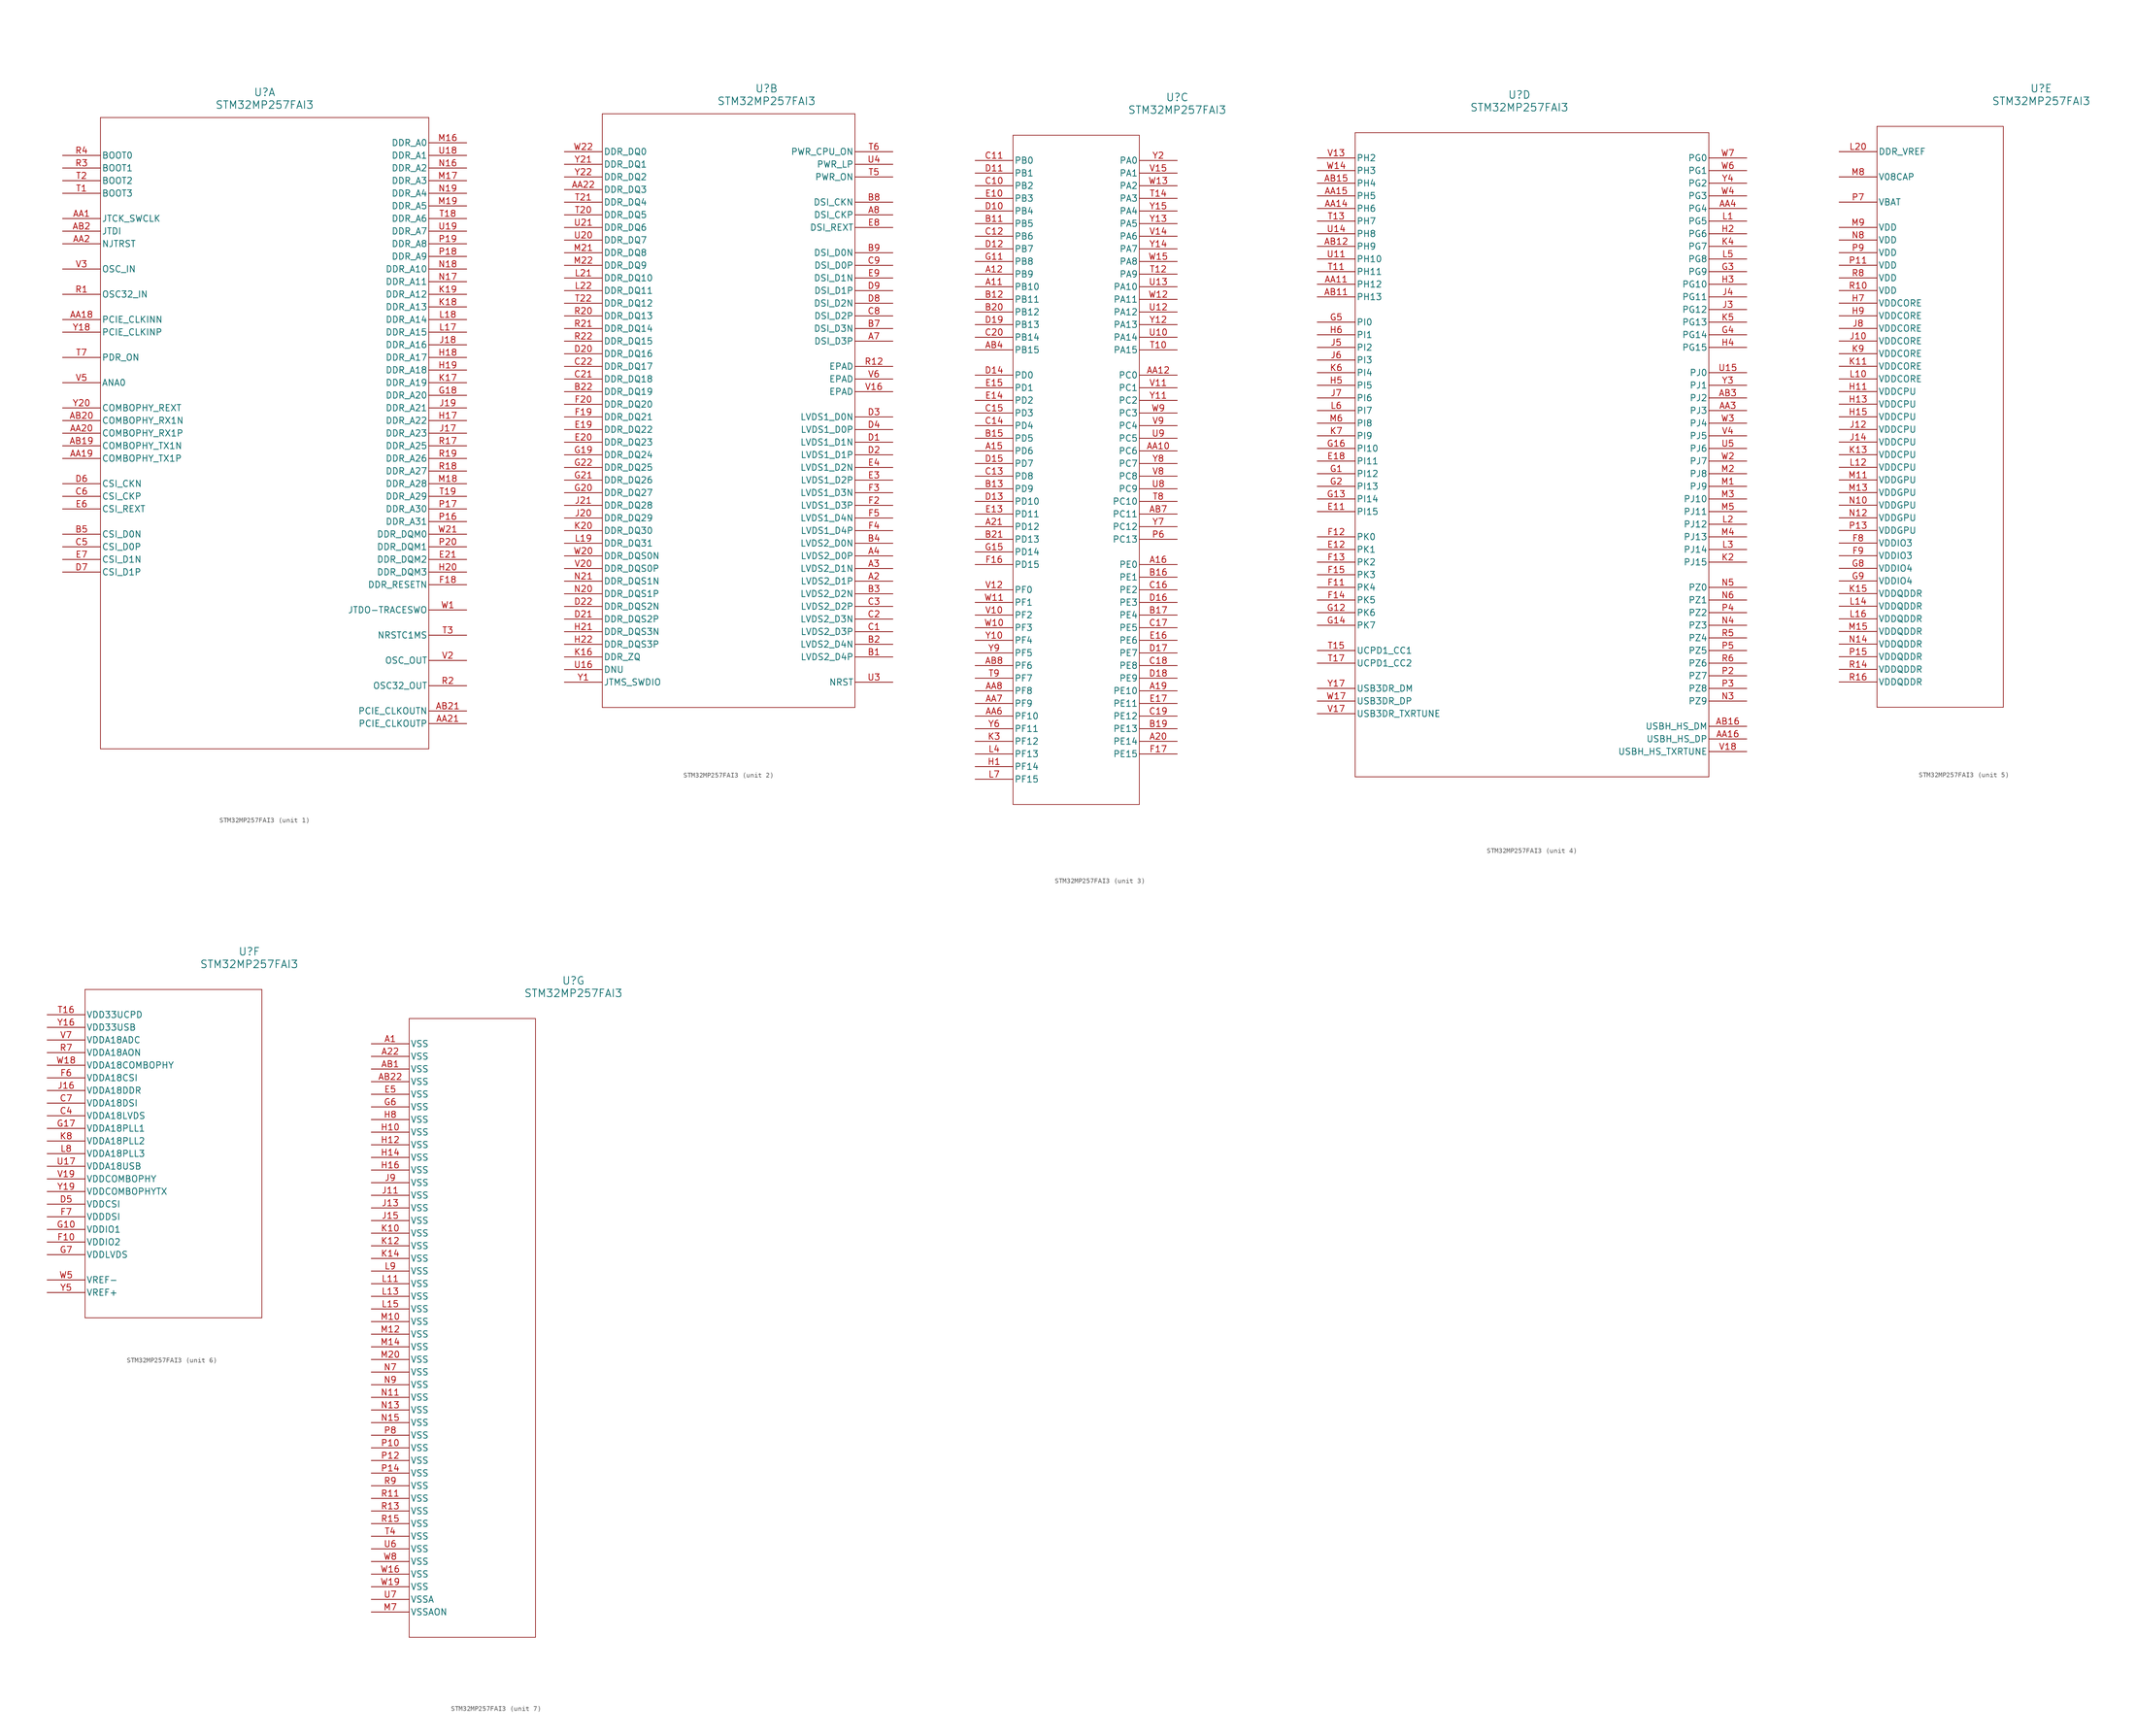
<source format=kicad_sym>
(kicad_symbol_lib
  (version 20241209)
  (generator "kicad_symbol_editor")
  (generator_version "9.0")
  (symbol "STM32MP257FAI3"
    (pin_names
      (offset 0.254))
    (property "Reference" "U"
      (at 40.64 12.7 0)
      (effects (font (size 1.524 1.524))))
    (property "Value" "STM32MP257FAI3"
      (at 40.64 10.16 0)
      (effects (font (size 1.524 1.524))))
    (property "ki_locked" ""
      (at 0 0 0)
      (effects (font (size 1.27 1.27))))
    (symbol "STM32MP257FAI3_1_1"
      (polyline (pts (xy 7.62 7.62) (xy 7.62 -119.38)) (stroke (width 0.127) (type default)) (fill (type none)))
      (polyline (pts (xy 7.62 -119.38) (xy 73.66 -119.38)) (stroke (width 0.127) (type default)) (fill (type none)))
      (polyline (pts (xy 73.66 7.62) (xy 7.62 7.62)) (stroke (width 0.127) (type default)) (fill (type none)))
      (polyline (pts (xy 73.66 -119.38) (xy 73.66 7.62)) (stroke (width 0.127) (type default)) (fill (type none)))
      (pin input line (at 0 0 0) (length 7.62) (name "BOOT0" (effects (font (size 1.27 1.27)))) (number "R4" (effects (font (size 1.27 1.27)))))
      (pin input line (at 0 -2.54 0) (length 7.62) (name "BOOT1" (effects (font (size 1.27 1.27)))) (number "R3" (effects (font (size 1.27 1.27)))))
      (pin input line (at 0 -5.08 0) (length 7.62) (name "BOOT2" (effects (font (size 1.27 1.27)))) (number "T2" (effects (font (size 1.27 1.27)))))
      (pin input line (at 0 -7.62 0) (length 7.62) (name "BOOT3" (effects (font (size 1.27 1.27)))) (number "T1" (effects (font (size 1.27 1.27)))))
      (pin input line (at 0 -12.7 0) (length 7.62) (name "JTCK_SWCLK" (effects (font (size 1.27 1.27)))) (number "AA1" (effects (font (size 1.27 1.27)))))
      (pin input line (at 0 -15.24 0) (length 7.62) (name "JTDI" (effects (font (size 1.27 1.27)))) (number "AB2" (effects (font (size 1.27 1.27)))))
      (pin input line (at 0 -17.78 0) (length 7.62) (name "NJTRST" (effects (font (size 1.27 1.27)))) (number "AA2" (effects (font (size 1.27 1.27)))))
      (pin input line (at 0 -22.86 0) (length 7.62) (name "OSC_IN" (effects (font (size 1.27 1.27)))) (number "V3" (effects (font (size 1.27 1.27)))))
      (pin input line (at 0 -27.94 0) (length 7.62) (name "OSC32_IN" (effects (font (size 1.27 1.27)))) (number "R1" (effects (font (size 1.27 1.27)))))
      (pin input line (at 0 -33.02 0) (length 7.62) (name "PCIE_CLKINN" (effects (font (size 1.27 1.27)))) (number "AA18" (effects (font (size 1.27 1.27)))))
      (pin input line (at 0 -35.56 0) (length 7.62) (name "PCIE_CLKINP" (effects (font (size 1.27 1.27)))) (number "Y18" (effects (font (size 1.27 1.27)))))
      (pin input line (at 0 -40.64 0) (length 7.62) (name "PDR_ON" (effects (font (size 1.27 1.27)))) (number "T7" (effects (font (size 1.27 1.27)))))
      (pin unspecified line (at 0 -45.72 0) (length 7.62) (name "ANA0" (effects (font (size 1.27 1.27)))) (number "V5" (effects (font (size 1.27 1.27)))))
      (pin unspecified line (at 0 -50.8 0) (length 7.62) (name "COMBOPHY_REXT" (effects (font (size 1.27 1.27)))) (number "Y20" (effects (font (size 1.27 1.27)))))
      (pin unspecified line (at 0 -53.34 0) (length 7.62) (name "COMBOPHY_RX1N" (effects (font (size 1.27 1.27)))) (number "AB20" (effects (font (size 1.27 1.27)))))
      (pin unspecified line (at 0 -55.88 0) (length 7.62) (name "COMBOPHY_RX1P" (effects (font (size 1.27 1.27)))) (number "AA20" (effects (font (size 1.27 1.27)))))
      (pin unspecified line (at 0 -58.42 0) (length 7.62) (name "COMBOPHY_TX1N" (effects (font (size 1.27 1.27)))) (number "AB19" (effects (font (size 1.27 1.27)))))
      (pin unspecified line (at 0 -60.96 0) (length 7.62) (name "COMBOPHY_TX1P" (effects (font (size 1.27 1.27)))) (number "AA19" (effects (font (size 1.27 1.27)))))
      (pin unspecified line (at 0 -66.04 0) (length 7.62) (name "CSI_CKN" (effects (font (size 1.27 1.27)))) (number "D6" (effects (font (size 1.27 1.27)))))
      (pin unspecified line (at 0 -68.58 0) (length 7.62) (name "CSI_CKP" (effects (font (size 1.27 1.27)))) (number "C6" (effects (font (size 1.27 1.27)))))
      (pin unspecified line (at 0 -71.12 0) (length 7.62) (name "CSI_REXT" (effects (font (size 1.27 1.27)))) (number "E6" (effects (font (size 1.27 1.27)))))
      (pin unspecified line (at 0 -76.2 0) (length 7.62) (name "CSI_D0N" (effects (font (size 1.27 1.27)))) (number "B5" (effects (font (size 1.27 1.27)))))
      (pin unspecified line (at 0 -78.74 0) (length 7.62) (name "CSI_D0P" (effects (font (size 1.27 1.27)))) (number "C5" (effects (font (size 1.27 1.27)))))
      (pin unspecified line (at 0 -81.28 0) (length 7.62) (name "CSI_D1N" (effects (font (size 1.27 1.27)))) (number "E7" (effects (font (size 1.27 1.27)))))
      (pin unspecified line (at 0 -83.82 0) (length 7.62) (name "CSI_D1P" (effects (font (size 1.27 1.27)))) (number "D7" (effects (font (size 1.27 1.27)))))
      (pin output line (at 81.28 2.54 180) (length 7.62) (name "DDR_A0" (effects (font (size 1.27 1.27)))) (number "M16" (effects (font (size 1.27 1.27)))))
      (pin output line (at 81.28 0 180) (length 7.62) (name "DDR_A1" (effects (font (size 1.27 1.27)))) (number "U18" (effects (font (size 1.27 1.27)))))
      (pin output line (at 81.28 -2.54 180) (length 7.62) (name "DDR_A2" (effects (font (size 1.27 1.27)))) (number "N16" (effects (font (size 1.27 1.27)))))
      (pin output line (at 81.28 -5.08 180) (length 7.62) (name "DDR_A3" (effects (font (size 1.27 1.27)))) (number "M17" (effects (font (size 1.27 1.27)))))
      (pin output line (at 81.28 -7.62 180) (length 7.62) (name "DDR_A4" (effects (font (size 1.27 1.27)))) (number "N19" (effects (font (size 1.27 1.27)))))
      (pin output line (at 81.28 -10.16 180) (length 7.62) (name "DDR_A5" (effects (font (size 1.27 1.27)))) (number "M19" (effects (font (size 1.27 1.27)))))
      (pin output line (at 81.28 -12.7 180) (length 7.62) (name "DDR_A6" (effects (font (size 1.27 1.27)))) (number "T18" (effects (font (size 1.27 1.27)))))
      (pin output line (at 81.28 -15.24 180) (length 7.62) (name "DDR_A7" (effects (font (size 1.27 1.27)))) (number "U19" (effects (font (size 1.27 1.27)))))
      (pin output line (at 81.28 -17.78 180) (length 7.62) (name "DDR_A8" (effects (font (size 1.27 1.27)))) (number "P19" (effects (font (size 1.27 1.27)))))
      (pin output line (at 81.28 -20.32 180) (length 7.62) (name "DDR_A9" (effects (font (size 1.27 1.27)))) (number "P18" (effects (font (size 1.27 1.27)))))
      (pin output line (at 81.28 -22.86 180) (length 7.62) (name "DDR_A10" (effects (font (size 1.27 1.27)))) (number "N18" (effects (font (size 1.27 1.27)))))
      (pin output line (at 81.28 -25.4 180) (length 7.62) (name "DDR_A11" (effects (font (size 1.27 1.27)))) (number "N17" (effects (font (size 1.27 1.27)))))
      (pin output line (at 81.28 -27.94 180) (length 7.62) (name "DDR_A12" (effects (font (size 1.27 1.27)))) (number "K19" (effects (font (size 1.27 1.27)))))
      (pin output line (at 81.28 -30.48 180) (length 7.62) (name "DDR_A13" (effects (font (size 1.27 1.27)))) (number "K18" (effects (font (size 1.27 1.27)))))
      (pin output line (at 81.28 -33.02 180) (length 7.62) (name "DDR_A14" (effects (font (size 1.27 1.27)))) (number "L18" (effects (font (size 1.27 1.27)))))
      (pin output line (at 81.28 -35.56 180) (length 7.62) (name "DDR_A15" (effects (font (size 1.27 1.27)))) (number "L17" (effects (font (size 1.27 1.27)))))
      (pin output line (at 81.28 -38.1 180) (length 7.62) (name "DDR_A16" (effects (font (size 1.27 1.27)))) (number "J18" (effects (font (size 1.27 1.27)))))
      (pin output line (at 81.28 -40.64 180) (length 7.62) (name "DDR_A17" (effects (font (size 1.27 1.27)))) (number "H18" (effects (font (size 1.27 1.27)))))
      (pin output line (at 81.28 -43.18 180) (length 7.62) (name "DDR_A18" (effects (font (size 1.27 1.27)))) (number "H19" (effects (font (size 1.27 1.27)))))
      (pin output line (at 81.28 -45.72 180) (length 7.62) (name "DDR_A19" (effects (font (size 1.27 1.27)))) (number "K17" (effects (font (size 1.27 1.27)))))
      (pin output line (at 81.28 -48.26 180) (length 7.62) (name "DDR_A20" (effects (font (size 1.27 1.27)))) (number "G18" (effects (font (size 1.27 1.27)))))
      (pin output line (at 81.28 -50.8 180) (length 7.62) (name "DDR_A21" (effects (font (size 1.27 1.27)))) (number "J19" (effects (font (size 1.27 1.27)))))
      (pin output line (at 81.28 -53.34 180) (length 7.62) (name "DDR_A22" (effects (font (size 1.27 1.27)))) (number "H17" (effects (font (size 1.27 1.27)))))
      (pin output line (at 81.28 -55.88 180) (length 7.62) (name "DDR_A23" (effects (font (size 1.27 1.27)))) (number "J17" (effects (font (size 1.27 1.27)))))
      (pin output line (at 81.28 -58.42 180) (length 7.62) (name "DDR_A25" (effects (font (size 1.27 1.27)))) (number "R17" (effects (font (size 1.27 1.27)))))
      (pin output line (at 81.28 -60.96 180) (length 7.62) (name "DDR_A26" (effects (font (size 1.27 1.27)))) (number "R19" (effects (font (size 1.27 1.27)))))
      (pin output line (at 81.28 -63.5 180) (length 7.62) (name "DDR_A27" (effects (font (size 1.27 1.27)))) (number "R18" (effects (font (size 1.27 1.27)))))
      (pin output line (at 81.28 -66.04 180) (length 7.62) (name "DDR_A28" (effects (font (size 1.27 1.27)))) (number "M18" (effects (font (size 1.27 1.27)))))
      (pin output line (at 81.28 -68.58 180) (length 7.62) (name "DDR_A29" (effects (font (size 1.27 1.27)))) (number "T19" (effects (font (size 1.27 1.27)))))
      (pin output line (at 81.28 -71.12 180) (length 7.62) (name "DDR_A30" (effects (font (size 1.27 1.27)))) (number "P17" (effects (font (size 1.27 1.27)))))
      (pin output line (at 81.28 -73.66 180) (length 7.62) (name "DDR_A31" (effects (font (size 1.27 1.27)))) (number "P16" (effects (font (size 1.27 1.27)))))
      (pin output line (at 81.28 -76.2 180) (length 7.62) (name "DDR_DQM0" (effects (font (size 1.27 1.27)))) (number "W21" (effects (font (size 1.27 1.27)))))
      (pin output line (at 81.28 -78.74 180) (length 7.62) (name "DDR_DQM1" (effects (font (size 1.27 1.27)))) (number "P20" (effects (font (size 1.27 1.27)))))
      (pin output line (at 81.28 -81.28 180) (length 7.62) (name "DDR_DQM2" (effects (font (size 1.27 1.27)))) (number "E21" (effects (font (size 1.27 1.27)))))
      (pin output line (at 81.28 -83.82 180) (length 7.62) (name "DDR_DQM3" (effects (font (size 1.27 1.27)))) (number "H20" (effects (font (size 1.27 1.27)))))
      (pin output line (at 81.28 -86.36 180) (length 7.62) (name "DDR_RESETN" (effects (font (size 1.27 1.27)))) (number "F18" (effects (font (size 1.27 1.27)))))
      (pin output line (at 81.28 -91.44 180) (length 7.62) (name "JTDO-TRACESWO" (effects (font (size 1.27 1.27)))) (number "W1" (effects (font (size 1.27 1.27)))))
      (pin output line (at 81.28 -96.52 180) (length 7.62) (name "NRSTC1MS" (effects (font (size 1.27 1.27)))) (number "T3" (effects (font (size 1.27 1.27)))))
      (pin output line (at 81.28 -101.6 180) (length 7.62) (name "OSC_OUT" (effects (font (size 1.27 1.27)))) (number "V2" (effects (font (size 1.27 1.27)))))
      (pin output line (at 81.28 -106.68 180) (length 7.62) (name "OSC32_OUT" (effects (font (size 1.27 1.27)))) (number "R2" (effects (font (size 1.27 1.27)))))
      (pin output line (at 81.28 -111.76 180) (length 7.62) (name "PCIE_CLKOUTN" (effects (font (size 1.27 1.27)))) (number "AB21" (effects (font (size 1.27 1.27)))))
      (pin output line (at 81.28 -114.3 180) (length 7.62) (name "PCIE_CLKOUTP" (effects (font (size 1.27 1.27)))) (number "AA21" (effects (font (size 1.27 1.27))))))
    (symbol "STM32MP257FAI3_2_1"
      (polyline (pts (xy 7.62 7.62) (xy 7.62 -111.76)) (stroke (width 0.127) (type default)) (fill (type none)))
      (polyline (pts (xy 7.62 -111.76) (xy 58.42 -111.76)) (stroke (width 0.127) (type default)) (fill (type none)))
      (polyline (pts (xy 58.42 7.62) (xy 7.62 7.62)) (stroke (width 0.127) (type default)) (fill (type none)))
      (polyline (pts (xy 58.42 -111.76) (xy 58.42 7.62)) (stroke (width 0.127) (type default)) (fill (type none)))
      (pin bidirectional line (at 0 0 0) (length 7.62) (name "DDR_DQ0" (effects (font (size 1.27 1.27)))) (number "W22" (effects (font (size 1.27 1.27)))))
      (pin bidirectional line (at 0 -2.54 0) (length 7.62) (name "DDR_DQ1" (effects (font (size 1.27 1.27)))) (number "Y21" (effects (font (size 1.27 1.27)))))
      (pin bidirectional line (at 0 -5.08 0) (length 7.62) (name "DDR_DQ2" (effects (font (size 1.27 1.27)))) (number "Y22" (effects (font (size 1.27 1.27)))))
      (pin bidirectional line (at 0 -7.62 0) (length 7.62) (name "DDR_DQ3" (effects (font (size 1.27 1.27)))) (number "AA22" (effects (font (size 1.27 1.27)))))
      (pin bidirectional line (at 0 -10.16 0) (length 7.62) (name "DDR_DQ4" (effects (font (size 1.27 1.27)))) (number "T21" (effects (font (size 1.27 1.27)))))
      (pin bidirectional line (at 0 -12.7 0) (length 7.62) (name "DDR_DQ5" (effects (font (size 1.27 1.27)))) (number "T20" (effects (font (size 1.27 1.27)))))
      (pin bidirectional line (at 0 -15.24 0) (length 7.62) (name "DDR_DQ6" (effects (font (size 1.27 1.27)))) (number "U21" (effects (font (size 1.27 1.27)))))
      (pin bidirectional line (at 0 -17.78 0) (length 7.62) (name "DDR_DQ7" (effects (font (size 1.27 1.27)))) (number "U20" (effects (font (size 1.27 1.27)))))
      (pin bidirectional line (at 0 -20.32 0) (length 7.62) (name "DDR_DQ8" (effects (font (size 1.27 1.27)))) (number "M21" (effects (font (size 1.27 1.27)))))
      (pin bidirectional line (at 0 -22.86 0) (length 7.62) (name "DDR_DQ9" (effects (font (size 1.27 1.27)))) (number "M22" (effects (font (size 1.27 1.27)))))
      (pin bidirectional line (at 0 -25.4 0) (length 7.62) (name "DDR_DQ10" (effects (font (size 1.27 1.27)))) (number "L21" (effects (font (size 1.27 1.27)))))
      (pin bidirectional line (at 0 -27.94 0) (length 7.62) (name "DDR_DQ11" (effects (font (size 1.27 1.27)))) (number "L22" (effects (font (size 1.27 1.27)))))
      (pin bidirectional line (at 0 -30.48 0) (length 7.62) (name "DDR_DQ12" (effects (font (size 1.27 1.27)))) (number "T22" (effects (font (size 1.27 1.27)))))
      (pin bidirectional line (at 0 -33.02 0) (length 7.62) (name "DDR_DQ13" (effects (font (size 1.27 1.27)))) (number "R20" (effects (font (size 1.27 1.27)))))
      (pin bidirectional line (at 0 -35.56 0) (length 7.62) (name "DDR_DQ14" (effects (font (size 1.27 1.27)))) (number "R21" (effects (font (size 1.27 1.27)))))
      (pin bidirectional line (at 0 -38.1 0) (length 7.62) (name "DDR_DQ15" (effects (font (size 1.27 1.27)))) (number "R22" (effects (font (size 1.27 1.27)))))
      (pin bidirectional line (at 0 -40.64 0) (length 7.62) (name "DDR_DQ16" (effects (font (size 1.27 1.27)))) (number "D20" (effects (font (size 1.27 1.27)))))
      (pin bidirectional line (at 0 -43.18 0) (length 7.62) (name "DDR_DQ17" (effects (font (size 1.27 1.27)))) (number "C22" (effects (font (size 1.27 1.27)))))
      (pin bidirectional line (at 0 -45.72 0) (length 7.62) (name "DDR_DQ18" (effects (font (size 1.27 1.27)))) (number "C21" (effects (font (size 1.27 1.27)))))
      (pin bidirectional line (at 0 -48.26 0) (length 7.62) (name "DDR_DQ19" (effects (font (size 1.27 1.27)))) (number "B22" (effects (font (size 1.27 1.27)))))
      (pin bidirectional line (at 0 -50.8 0) (length 7.62) (name "DDR_DQ20" (effects (font (size 1.27 1.27)))) (number "F20" (effects (font (size 1.27 1.27)))))
      (pin bidirectional line (at 0 -53.34 0) (length 7.62) (name "DDR_DQ21" (effects (font (size 1.27 1.27)))) (number "F19" (effects (font (size 1.27 1.27)))))
      (pin bidirectional line (at 0 -55.88 0) (length 7.62) (name "DDR_DQ22" (effects (font (size 1.27 1.27)))) (number "E19" (effects (font (size 1.27 1.27)))))
      (pin bidirectional line (at 0 -58.42 0) (length 7.62) (name "DDR_DQ23" (effects (font (size 1.27 1.27)))) (number "E20" (effects (font (size 1.27 1.27)))))
      (pin bidirectional line (at 0 -60.96 0) (length 7.62) (name "DDR_DQ24" (effects (font (size 1.27 1.27)))) (number "G19" (effects (font (size 1.27 1.27)))))
      (pin bidirectional line (at 0 -63.5 0) (length 7.62) (name "DDR_DQ25" (effects (font (size 1.27 1.27)))) (number "G22" (effects (font (size 1.27 1.27)))))
      (pin bidirectional line (at 0 -66.04 0) (length 7.62) (name "DDR_DQ26" (effects (font (size 1.27 1.27)))) (number "G21" (effects (font (size 1.27 1.27)))))
      (pin bidirectional line (at 0 -68.58 0) (length 7.62) (name "DDR_DQ27" (effects (font (size 1.27 1.27)))) (number "G20" (effects (font (size 1.27 1.27)))))
      (pin bidirectional line (at 0 -71.12 0) (length 7.62) (name "DDR_DQ28" (effects (font (size 1.27 1.27)))) (number "J21" (effects (font (size 1.27 1.27)))))
      (pin bidirectional line (at 0 -73.66 0) (length 7.62) (name "DDR_DQ29" (effects (font (size 1.27 1.27)))) (number "J20" (effects (font (size 1.27 1.27)))))
      (pin bidirectional line (at 0 -76.2 0) (length 7.62) (name "DDR_DQ30" (effects (font (size 1.27 1.27)))) (number "K20" (effects (font (size 1.27 1.27)))))
      (pin bidirectional line (at 0 -78.74 0) (length 7.62) (name "DDR_DQ31" (effects (font (size 1.27 1.27)))) (number "L19" (effects (font (size 1.27 1.27)))))
      (pin bidirectional line (at 0 -81.28 0) (length 7.62) (name "DDR_DQS0N" (effects (font (size 1.27 1.27)))) (number "W20" (effects (font (size 1.27 1.27)))))
      (pin bidirectional line (at 0 -83.82 0) (length 7.62) (name "DDR_DQS0P" (effects (font (size 1.27 1.27)))) (number "V20" (effects (font (size 1.27 1.27)))))
      (pin bidirectional line (at 0 -86.36 0) (length 7.62) (name "DDR_DQS1N" (effects (font (size 1.27 1.27)))) (number "N21" (effects (font (size 1.27 1.27)))))
      (pin bidirectional line (at 0 -88.9 0) (length 7.62) (name "DDR_DQS1P" (effects (font (size 1.27 1.27)))) (number "N20" (effects (font (size 1.27 1.27)))))
      (pin bidirectional line (at 0 -91.44 0) (length 7.62) (name "DDR_DQS2N" (effects (font (size 1.27 1.27)))) (number "D22" (effects (font (size 1.27 1.27)))))
      (pin bidirectional line (at 0 -93.98 0) (length 7.62) (name "DDR_DQS2P" (effects (font (size 1.27 1.27)))) (number "D21" (effects (font (size 1.27 1.27)))))
      (pin bidirectional line (at 0 -96.52 0) (length 7.62) (name "DDR_DQS3N" (effects (font (size 1.27 1.27)))) (number "H21" (effects (font (size 1.27 1.27)))))
      (pin bidirectional line (at 0 -99.06 0) (length 7.62) (name "DDR_DQS3P" (effects (font (size 1.27 1.27)))) (number "H22" (effects (font (size 1.27 1.27)))))
      (pin unspecified line (at 0 -101.6 0) (length 7.62) (name "DDR_ZQ" (effects (font (size 1.27 1.27)))) (number "K16" (effects (font (size 1.27 1.27)))))
      (pin unspecified line (at 0 -104.14 0) (length 7.62) (name "DNU" (effects (font (size 1.27 1.27)))) (number "U16" (effects (font (size 1.27 1.27)))))
      (pin bidirectional line (at 0 -106.68 0) (length 7.62) (name "JTMS_SWDIO" (effects (font (size 1.27 1.27)))) (number "Y1" (effects (font (size 1.27 1.27)))))
      (pin output line (at 66.04 0 180) (length 7.62) (name "PWR_CPU_ON" (effects (font (size 1.27 1.27)))) (number "T6" (effects (font (size 1.27 1.27)))))
      (pin output line (at 66.04 -2.54 180) (length 7.62) (name "PWR_LP" (effects (font (size 1.27 1.27)))) (number "U4" (effects (font (size 1.27 1.27)))))
      (pin output line (at 66.04 -5.08 180) (length 7.62) (name "PWR_ON" (effects (font (size 1.27 1.27)))) (number "T5" (effects (font (size 1.27 1.27)))))
      (pin unspecified line (at 66.04 -10.16 180) (length 7.62) (name "DSI_CKN" (effects (font (size 1.27 1.27)))) (number "B8" (effects (font (size 1.27 1.27)))))
      (pin unspecified line (at 66.04 -12.7 180) (length 7.62) (name "DSI_CKP" (effects (font (size 1.27 1.27)))) (number "A8" (effects (font (size 1.27 1.27)))))
      (pin unspecified line (at 66.04 -15.24 180) (length 7.62) (name "DSI_REXT" (effects (font (size 1.27 1.27)))) (number "E8" (effects (font (size 1.27 1.27)))))
      (pin unspecified line (at 66.04 -20.32 180) (length 7.62) (name "DSI_D0N" (effects (font (size 1.27 1.27)))) (number "B9" (effects (font (size 1.27 1.27)))))
      (pin unspecified line (at 66.04 -22.86 180) (length 7.62) (name "DSI_D0P" (effects (font (size 1.27 1.27)))) (number "C9" (effects (font (size 1.27 1.27)))))
      (pin unspecified line (at 66.04 -25.4 180) (length 7.62) (name "DSI_D1N" (effects (font (size 1.27 1.27)))) (number "E9" (effects (font (size 1.27 1.27)))))
      (pin unspecified line (at 66.04 -27.94 180) (length 7.62) (name "DSI_D1P" (effects (font (size 1.27 1.27)))) (number "D9" (effects (font (size 1.27 1.27)))))
      (pin unspecified line (at 66.04 -30.48 180) (length 7.62) (name "DSI_D2N" (effects (font (size 1.27 1.27)))) (number "D8" (effects (font (size 1.27 1.27)))))
      (pin unspecified line (at 66.04 -33.02 180) (length 7.62) (name "DSI_D2P" (effects (font (size 1.27 1.27)))) (number "C8" (effects (font (size 1.27 1.27)))))
      (pin unspecified line (at 66.04 -35.56 180) (length 7.62) (name "DSI_D3N" (effects (font (size 1.27 1.27)))) (number "B7" (effects (font (size 1.27 1.27)))))
      (pin unspecified line (at 66.04 -38.1 180) (length 7.62) (name "DSI_D3P" (effects (font (size 1.27 1.27)))) (number "A7" (effects (font (size 1.27 1.27)))))
      (pin unspecified line (at 66.04 -43.18 180) (length 7.62) (name "EPAD" (effects (font (size 1.27 1.27)))) (number "R12" (effects (font (size 1.27 1.27)))))
      (pin unspecified line (at 66.04 -45.72 180) (length 7.62) (name "EPAD" (effects (font (size 1.27 1.27)))) (number "V6" (effects (font (size 1.27 1.27)))))
      (pin unspecified line (at 66.04 -48.26 180) (length 7.62) (name "EPAD" (effects (font (size 1.27 1.27)))) (number "V16" (effects (font (size 1.27 1.27)))))
      (pin unspecified line (at 66.04 -53.34 180) (length 7.62) (name "LVDS1_D0N" (effects (font (size 1.27 1.27)))) (number "D3" (effects (font (size 1.27 1.27)))))
      (pin unspecified line (at 66.04 -55.88 180) (length 7.62) (name "LVDS1_D0P" (effects (font (size 1.27 1.27)))) (number "D4" (effects (font (size 1.27 1.27)))))
      (pin unspecified line (at 66.04 -58.42 180) (length 7.62) (name "LVDS1_D1N" (effects (font (size 1.27 1.27)))) (number "D1" (effects (font (size 1.27 1.27)))))
      (pin unspecified line (at 66.04 -60.96 180) (length 7.62) (name "LVDS1_D1P" (effects (font (size 1.27 1.27)))) (number "D2" (effects (font (size 1.27 1.27)))))
      (pin unspecified line (at 66.04 -63.5 180) (length 7.62) (name "LVDS1_D2N" (effects (font (size 1.27 1.27)))) (number "E4" (effects (font (size 1.27 1.27)))))
      (pin unspecified line (at 66.04 -66.04 180) (length 7.62) (name "LVDS1_D2P" (effects (font (size 1.27 1.27)))) (number "E3" (effects (font (size 1.27 1.27)))))
      (pin unspecified line (at 66.04 -68.58 180) (length 7.62) (name "LVDS1_D3N" (effects (font (size 1.27 1.27)))) (number "F3" (effects (font (size 1.27 1.27)))))
      (pin unspecified line (at 66.04 -71.12 180) (length 7.62) (name "LVDS1_D3P" (effects (font (size 1.27 1.27)))) (number "F2" (effects (font (size 1.27 1.27)))))
      (pin unspecified line (at 66.04 -73.66 180) (length 7.62) (name "LVDS1_D4N" (effects (font (size 1.27 1.27)))) (number "F5" (effects (font (size 1.27 1.27)))))
      (pin unspecified line (at 66.04 -76.2 180) (length 7.62) (name "LVDS1_D4P" (effects (font (size 1.27 1.27)))) (number "F4" (effects (font (size 1.27 1.27)))))
      (pin unspecified line (at 66.04 -78.74 180) (length 7.62) (name "LVDS2_D0N" (effects (font (size 1.27 1.27)))) (number "B4" (effects (font (size 1.27 1.27)))))
      (pin unspecified line (at 66.04 -81.28 180) (length 7.62) (name "LVDS2_D0P" (effects (font (size 1.27 1.27)))) (number "A4" (effects (font (size 1.27 1.27)))))
      (pin unspecified line (at 66.04 -83.82 180) (length 7.62) (name "LVDS2_D1N" (effects (font (size 1.27 1.27)))) (number "A3" (effects (font (size 1.27 1.27)))))
      (pin unspecified line (at 66.04 -86.36 180) (length 7.62) (name "LVDS2_D1P" (effects (font (size 1.27 1.27)))) (number "A2" (effects (font (size 1.27 1.27)))))
      (pin unspecified line (at 66.04 -88.9 180) (length 7.62) (name "LVDS2_D2N" (effects (font (size 1.27 1.27)))) (number "B3" (effects (font (size 1.27 1.27)))))
      (pin unspecified line (at 66.04 -91.44 180) (length 7.62) (name "LVDS2_D2P" (effects (font (size 1.27 1.27)))) (number "C3" (effects (font (size 1.27 1.27)))))
      (pin unspecified line (at 66.04 -93.98 180) (length 7.62) (name "LVDS2_D3N" (effects (font (size 1.27 1.27)))) (number "C2" (effects (font (size 1.27 1.27)))))
      (pin unspecified line (at 66.04 -96.52 180) (length 7.62) (name "LVDS2_D3P" (effects (font (size 1.27 1.27)))) (number "C1" (effects (font (size 1.27 1.27)))))
      (pin unspecified line (at 66.04 -99.06 180) (length 7.62) (name "LVDS2_D4N" (effects (font (size 1.27 1.27)))) (number "B2" (effects (font (size 1.27 1.27)))))
      (pin unspecified line (at 66.04 -101.6 180) (length 7.62) (name "LVDS2_D4P" (effects (font (size 1.27 1.27)))) (number "B1" (effects (font (size 1.27 1.27)))))
      (pin bidirectional line (at 66.04 -106.68 180) (length 7.62) (name "NRST" (effects (font (size 1.27 1.27)))) (number "U3" (effects (font (size 1.27 1.27))))))
    (symbol "STM32MP257FAI3_3_1"
      (polyline (pts (xy 7.62 5.08) (xy 7.62 -129.54)) (stroke (width 0.127) (type default)) (fill (type none)))
      (polyline (pts (xy 7.62 -129.54) (xy 33.02 -129.54)) (stroke (width 0.127) (type default)) (fill (type none)))
      (polyline (pts (xy 33.02 5.08) (xy 7.62 5.08)) (stroke (width 0.127) (type default)) (fill (type none)))
      (polyline (pts (xy 33.02 -129.54) (xy 33.02 5.08)) (stroke (width 0.127) (type default)) (fill (type none)))
      (pin bidirectional line (at 0 0 0) (length 7.62) (name "PB0" (effects (font (size 1.27 1.27)))) (number "C11" (effects (font (size 1.27 1.27)))))
      (pin bidirectional line (at 0 -2.54 0) (length 7.62) (name "PB1" (effects (font (size 1.27 1.27)))) (number "D11" (effects (font (size 1.27 1.27)))))
      (pin bidirectional line (at 0 -5.08 0) (length 7.62) (name "PB2" (effects (font (size 1.27 1.27)))) (number "C10" (effects (font (size 1.27 1.27)))))
      (pin bidirectional line (at 0 -7.62 0) (length 7.62) (name "PB3" (effects (font (size 1.27 1.27)))) (number "E10" (effects (font (size 1.27 1.27)))))
      (pin bidirectional line (at 0 -10.16 0) (length 7.62) (name "PB4" (effects (font (size 1.27 1.27)))) (number "D10" (effects (font (size 1.27 1.27)))))
      (pin bidirectional line (at 0 -12.7 0) (length 7.62) (name "PB5" (effects (font (size 1.27 1.27)))) (number "B11" (effects (font (size 1.27 1.27)))))
      (pin bidirectional line (at 0 -15.24 0) (length 7.62) (name "PB6" (effects (font (size 1.27 1.27)))) (number "C12" (effects (font (size 1.27 1.27)))))
      (pin bidirectional line (at 0 -17.78 0) (length 7.62) (name "PB7" (effects (font (size 1.27 1.27)))) (number "D12" (effects (font (size 1.27 1.27)))))
      (pin bidirectional line (at 0 -20.32 0) (length 7.62) (name "PB8" (effects (font (size 1.27 1.27)))) (number "G11" (effects (font (size 1.27 1.27)))))
      (pin bidirectional line (at 0 -22.86 0) (length 7.62) (name "PB9" (effects (font (size 1.27 1.27)))) (number "A12" (effects (font (size 1.27 1.27)))))
      (pin bidirectional line (at 0 -25.4 0) (length 7.62) (name "PB10" (effects (font (size 1.27 1.27)))) (number "A11" (effects (font (size 1.27 1.27)))))
      (pin bidirectional line (at 0 -27.94 0) (length 7.62) (name "PB11" (effects (font (size 1.27 1.27)))) (number "B12" (effects (font (size 1.27 1.27)))))
      (pin bidirectional line (at 0 -30.48 0) (length 7.62) (name "PB12" (effects (font (size 1.27 1.27)))) (number "B20" (effects (font (size 1.27 1.27)))))
      (pin bidirectional line (at 0 -33.02 0) (length 7.62) (name "PB13" (effects (font (size 1.27 1.27)))) (number "D19" (effects (font (size 1.27 1.27)))))
      (pin bidirectional line (at 0 -35.56 0) (length 7.62) (name "PB14" (effects (font (size 1.27 1.27)))) (number "C20" (effects (font (size 1.27 1.27)))))
      (pin bidirectional line (at 0 -38.1 0) (length 7.62) (name "PB15" (effects (font (size 1.27 1.27)))) (number "AB4" (effects (font (size 1.27 1.27)))))
      (pin bidirectional line (at 0 -43.18 0) (length 7.62) (name "PD0" (effects (font (size 1.27 1.27)))) (number "D14" (effects (font (size 1.27 1.27)))))
      (pin bidirectional line (at 0 -45.72 0) (length 7.62) (name "PD1" (effects (font (size 1.27 1.27)))) (number "E15" (effects (font (size 1.27 1.27)))))
      (pin bidirectional line (at 0 -48.26 0) (length 7.62) (name "PD2" (effects (font (size 1.27 1.27)))) (number "E14" (effects (font (size 1.27 1.27)))))
      (pin bidirectional line (at 0 -50.8 0) (length 7.62) (name "PD3" (effects (font (size 1.27 1.27)))) (number "C15" (effects (font (size 1.27 1.27)))))
      (pin bidirectional line (at 0 -53.34 0) (length 7.62) (name "PD4" (effects (font (size 1.27 1.27)))) (number "C14" (effects (font (size 1.27 1.27)))))
      (pin bidirectional line (at 0 -55.88 0) (length 7.62) (name "PD5" (effects (font (size 1.27 1.27)))) (number "B15" (effects (font (size 1.27 1.27)))))
      (pin bidirectional line (at 0 -58.42 0) (length 7.62) (name "PD6" (effects (font (size 1.27 1.27)))) (number "A15" (effects (font (size 1.27 1.27)))))
      (pin bidirectional line (at 0 -60.96 0) (length 7.62) (name "PD7" (effects (font (size 1.27 1.27)))) (number "D15" (effects (font (size 1.27 1.27)))))
      (pin bidirectional line (at 0 -63.5 0) (length 7.62) (name "PD8" (effects (font (size 1.27 1.27)))) (number "C13" (effects (font (size 1.27 1.27)))))
      (pin bidirectional line (at 0 -66.04 0) (length 7.62) (name "PD9" (effects (font (size 1.27 1.27)))) (number "B13" (effects (font (size 1.27 1.27)))))
      (pin bidirectional line (at 0 -68.58 0) (length 7.62) (name "PD10" (effects (font (size 1.27 1.27)))) (number "D13" (effects (font (size 1.27 1.27)))))
      (pin bidirectional line (at 0 -71.12 0) (length 7.62) (name "PD11" (effects (font (size 1.27 1.27)))) (number "E13" (effects (font (size 1.27 1.27)))))
      (pin bidirectional line (at 0 -73.66 0) (length 7.62) (name "PD12" (effects (font (size 1.27 1.27)))) (number "A21" (effects (font (size 1.27 1.27)))))
      (pin bidirectional line (at 0 -76.2 0) (length 7.62) (name "PD13" (effects (font (size 1.27 1.27)))) (number "B21" (effects (font (size 1.27 1.27)))))
      (pin bidirectional line (at 0 -78.74 0) (length 7.62) (name "PD14" (effects (font (size 1.27 1.27)))) (number "G15" (effects (font (size 1.27 1.27)))))
      (pin bidirectional line (at 0 -81.28 0) (length 7.62) (name "PD15" (effects (font (size 1.27 1.27)))) (number "F16" (effects (font (size 1.27 1.27)))))
      (pin bidirectional line (at 0 -86.36 0) (length 7.62) (name "PF0" (effects (font (size 1.27 1.27)))) (number "V12" (effects (font (size 1.27 1.27)))))
      (pin bidirectional line (at 0 -88.9 0) (length 7.62) (name "PF1" (effects (font (size 1.27 1.27)))) (number "W11" (effects (font (size 1.27 1.27)))))
      (pin bidirectional line (at 0 -91.44 0) (length 7.62) (name "PF2" (effects (font (size 1.27 1.27)))) (number "V10" (effects (font (size 1.27 1.27)))))
      (pin bidirectional line (at 0 -93.98 0) (length 7.62) (name "PF3" (effects (font (size 1.27 1.27)))) (number "W10" (effects (font (size 1.27 1.27)))))
      (pin bidirectional line (at 0 -96.52 0) (length 7.62) (name "PF4" (effects (font (size 1.27 1.27)))) (number "Y10" (effects (font (size 1.27 1.27)))))
      (pin bidirectional line (at 0 -99.06 0) (length 7.62) (name "PF5" (effects (font (size 1.27 1.27)))) (number "Y9" (effects (font (size 1.27 1.27)))))
      (pin bidirectional line (at 0 -101.6 0) (length 7.62) (name "PF6" (effects (font (size 1.27 1.27)))) (number "AB8" (effects (font (size 1.27 1.27)))))
      (pin bidirectional line (at 0 -104.14 0) (length 7.62) (name "PF7" (effects (font (size 1.27 1.27)))) (number "T9" (effects (font (size 1.27 1.27)))))
      (pin bidirectional line (at 0 -106.68 0) (length 7.62) (name "PF8" (effects (font (size 1.27 1.27)))) (number "AA8" (effects (font (size 1.27 1.27)))))
      (pin bidirectional line (at 0 -109.22 0) (length 7.62) (name "PF9" (effects (font (size 1.27 1.27)))) (number "AA7" (effects (font (size 1.27 1.27)))))
      (pin bidirectional line (at 0 -111.76 0) (length 7.62) (name "PF10" (effects (font (size 1.27 1.27)))) (number "AA6" (effects (font (size 1.27 1.27)))))
      (pin bidirectional line (at 0 -114.3 0) (length 7.62) (name "PF11" (effects (font (size 1.27 1.27)))) (number "Y6" (effects (font (size 1.27 1.27)))))
      (pin bidirectional line (at 0 -116.84 0) (length 7.62) (name "PF12" (effects (font (size 1.27 1.27)))) (number "K3" (effects (font (size 1.27 1.27)))))
      (pin bidirectional line (at 0 -119.38 0) (length 7.62) (name "PF13" (effects (font (size 1.27 1.27)))) (number "L4" (effects (font (size 1.27 1.27)))))
      (pin bidirectional line (at 0 -121.92 0) (length 7.62) (name "PF14" (effects (font (size 1.27 1.27)))) (number "H1" (effects (font (size 1.27 1.27)))))
      (pin bidirectional line (at 0 -124.46 0) (length 7.62) (name "PF15" (effects (font (size 1.27 1.27)))) (number "L7" (effects (font (size 1.27 1.27)))))
      (pin bidirectional line (at 40.64 0 180) (length 7.62) (name "PA0" (effects (font (size 1.27 1.27)))) (number "Y2" (effects (font (size 1.27 1.27)))))
      (pin bidirectional line (at 40.64 -2.54 180) (length 7.62) (name "PA1" (effects (font (size 1.27 1.27)))) (number "V15" (effects (font (size 1.27 1.27)))))
      (pin bidirectional line (at 40.64 -5.08 180) (length 7.62) (name "PA2" (effects (font (size 1.27 1.27)))) (number "W13" (effects (font (size 1.27 1.27)))))
      (pin bidirectional line (at 40.64 -7.62 180) (length 7.62) (name "PA3" (effects (font (size 1.27 1.27)))) (number "T14" (effects (font (size 1.27 1.27)))))
      (pin bidirectional line (at 40.64 -10.16 180) (length 7.62) (name "PA4" (effects (font (size 1.27 1.27)))) (number "Y15" (effects (font (size 1.27 1.27)))))
      (pin bidirectional line (at 40.64 -12.7 180) (length 7.62) (name "PA5" (effects (font (size 1.27 1.27)))) (number "Y13" (effects (font (size 1.27 1.27)))))
      (pin bidirectional line (at 40.64 -15.24 180) (length 7.62) (name "PA6" (effects (font (size 1.27 1.27)))) (number "V14" (effects (font (size 1.27 1.27)))))
      (pin bidirectional line (at 40.64 -17.78 180) (length 7.62) (name "PA7" (effects (font (size 1.27 1.27)))) (number "Y14" (effects (font (size 1.27 1.27)))))
      (pin bidirectional line (at 40.64 -20.32 180) (length 7.62) (name "PA8" (effects (font (size 1.27 1.27)))) (number "W15" (effects (font (size 1.27 1.27)))))
      (pin bidirectional line (at 40.64 -22.86 180) (length 7.62) (name "PA9" (effects (font (size 1.27 1.27)))) (number "T12" (effects (font (size 1.27 1.27)))))
      (pin bidirectional line (at 40.64 -25.4 180) (length 7.62) (name "PA10" (effects (font (size 1.27 1.27)))) (number "U13" (effects (font (size 1.27 1.27)))))
      (pin bidirectional line (at 40.64 -27.94 180) (length 7.62) (name "PA11" (effects (font (size 1.27 1.27)))) (number "W12" (effects (font (size 1.27 1.27)))))
      (pin bidirectional line (at 40.64 -30.48 180) (length 7.62) (name "PA12" (effects (font (size 1.27 1.27)))) (number "U12" (effects (font (size 1.27 1.27)))))
      (pin bidirectional line (at 40.64 -33.02 180) (length 7.62) (name "PA13" (effects (font (size 1.27 1.27)))) (number "Y12" (effects (font (size 1.27 1.27)))))
      (pin bidirectional line (at 40.64 -35.56 180) (length 7.62) (name "PA14" (effects (font (size 1.27 1.27)))) (number "U10" (effects (font (size 1.27 1.27)))))
      (pin bidirectional line (at 40.64 -38.1 180) (length 7.62) (name "PA15" (effects (font (size 1.27 1.27)))) (number "T10" (effects (font (size 1.27 1.27)))))
      (pin bidirectional line (at 40.64 -43.18 180) (length 7.62) (name "PC0" (effects (font (size 1.27 1.27)))) (number "AA12" (effects (font (size 1.27 1.27)))))
      (pin bidirectional line (at 40.64 -45.72 180) (length 7.62) (name "PC1" (effects (font (size 1.27 1.27)))) (number "V11" (effects (font (size 1.27 1.27)))))
      (pin bidirectional line (at 40.64 -48.26 180) (length 7.62) (name "PC2" (effects (font (size 1.27 1.27)))) (number "Y11" (effects (font (size 1.27 1.27)))))
      (pin bidirectional line (at 40.64 -50.8 180) (length 7.62) (name "PC3" (effects (font (size 1.27 1.27)))) (number "W9" (effects (font (size 1.27 1.27)))))
      (pin bidirectional line (at 40.64 -53.34 180) (length 7.62) (name "PC4" (effects (font (size 1.27 1.27)))) (number "V9" (effects (font (size 1.27 1.27)))))
      (pin bidirectional line (at 40.64 -55.88 180) (length 7.62) (name "PC5" (effects (font (size 1.27 1.27)))) (number "U9" (effects (font (size 1.27 1.27)))))
      (pin bidirectional line (at 40.64 -58.42 180) (length 7.62) (name "PC6" (effects (font (size 1.27 1.27)))) (number "AA10" (effects (font (size 1.27 1.27)))))
      (pin bidirectional line (at 40.64 -60.96 180) (length 7.62) (name "PC7" (effects (font (size 1.27 1.27)))) (number "Y8" (effects (font (size 1.27 1.27)))))
      (pin bidirectional line (at 40.64 -63.5 180) (length 7.62) (name "PC8" (effects (font (size 1.27 1.27)))) (number "V8" (effects (font (size 1.27 1.27)))))
      (pin bidirectional line (at 40.64 -66.04 180) (length 7.62) (name "PC9" (effects (font (size 1.27 1.27)))) (number "U8" (effects (font (size 1.27 1.27)))))
      (pin bidirectional line (at 40.64 -68.58 180) (length 7.62) (name "PC10" (effects (font (size 1.27 1.27)))) (number "T8" (effects (font (size 1.27 1.27)))))
      (pin bidirectional line (at 40.64 -71.12 180) (length 7.62) (name "PC11" (effects (font (size 1.27 1.27)))) (number "AB7" (effects (font (size 1.27 1.27)))))
      (pin bidirectional line (at 40.64 -73.66 180) (length 7.62) (name "PC12" (effects (font (size 1.27 1.27)))) (number "Y7" (effects (font (size 1.27 1.27)))))
      (pin bidirectional line (at 40.64 -76.2 180) (length 7.62) (name "PC13" (effects (font (size 1.27 1.27)))) (number "P6" (effects (font (size 1.27 1.27)))))
      (pin bidirectional line (at 40.64 -81.28 180) (length 7.62) (name "PE0" (effects (font (size 1.27 1.27)))) (number "A16" (effects (font (size 1.27 1.27)))))
      (pin bidirectional line (at 40.64 -83.82 180) (length 7.62) (name "PE1" (effects (font (size 1.27 1.27)))) (number "B16" (effects (font (size 1.27 1.27)))))
      (pin bidirectional line (at 40.64 -86.36 180) (length 7.62) (name "PE2" (effects (font (size 1.27 1.27)))) (number "C16" (effects (font (size 1.27 1.27)))))
      (pin bidirectional line (at 40.64 -88.9 180) (length 7.62) (name "PE3" (effects (font (size 1.27 1.27)))) (number "D16" (effects (font (size 1.27 1.27)))))
      (pin bidirectional line (at 40.64 -91.44 180) (length 7.62) (name "PE4" (effects (font (size 1.27 1.27)))) (number "B17" (effects (font (size 1.27 1.27)))))
      (pin bidirectional line (at 40.64 -93.98 180) (length 7.62) (name "PE5" (effects (font (size 1.27 1.27)))) (number "C17" (effects (font (size 1.27 1.27)))))
      (pin bidirectional line (at 40.64 -96.52 180) (length 7.62) (name "PE6" (effects (font (size 1.27 1.27)))) (number "E16" (effects (font (size 1.27 1.27)))))
      (pin bidirectional line (at 40.64 -99.06 180) (length 7.62) (name "PE7" (effects (font (size 1.27 1.27)))) (number "D17" (effects (font (size 1.27 1.27)))))
      (pin bidirectional line (at 40.64 -101.6 180) (length 7.62) (name "PE8" (effects (font (size 1.27 1.27)))) (number "C18" (effects (font (size 1.27 1.27)))))
      (pin bidirectional line (at 40.64 -104.14 180) (length 7.62) (name "PE9" (effects (font (size 1.27 1.27)))) (number "D18" (effects (font (size 1.27 1.27)))))
      (pin bidirectional line (at 40.64 -106.68 180) (length 7.62) (name "PE10" (effects (font (size 1.27 1.27)))) (number "A19" (effects (font (size 1.27 1.27)))))
      (pin bidirectional line (at 40.64 -109.22 180) (length 7.62) (name "PE11" (effects (font (size 1.27 1.27)))) (number "E17" (effects (font (size 1.27 1.27)))))
      (pin bidirectional line (at 40.64 -111.76 180) (length 7.62) (name "PE12" (effects (font (size 1.27 1.27)))) (number "C19" (effects (font (size 1.27 1.27)))))
      (pin bidirectional line (at 40.64 -114.3 180) (length 7.62) (name "PE13" (effects (font (size 1.27 1.27)))) (number "B19" (effects (font (size 1.27 1.27)))))
      (pin bidirectional line (at 40.64 -116.84 180) (length 7.62) (name "PE14" (effects (font (size 1.27 1.27)))) (number "A20" (effects (font (size 1.27 1.27)))))
      (pin bidirectional line (at 40.64 -119.38 180) (length 7.62) (name "PE15" (effects (font (size 1.27 1.27)))) (number "F17" (effects (font (size 1.27 1.27))))))
    (symbol "STM32MP257FAI3_4_1"
      (polyline (pts (xy 7.62 5.08) (xy 7.62 -124.46)) (stroke (width 0.127) (type default)) (fill (type none)))
      (polyline (pts (xy 7.62 -124.46) (xy 78.74 -124.46)) (stroke (width 0.127) (type default)) (fill (type none)))
      (polyline (pts (xy 78.74 5.08) (xy 7.62 5.08)) (stroke (width 0.127) (type default)) (fill (type none)))
      (polyline (pts (xy 78.74 -124.46) (xy 78.74 5.08)) (stroke (width 0.127) (type default)) (fill (type none)))
      (pin bidirectional line (at 0 0 0) (length 7.62) (name "PH2" (effects (font (size 1.27 1.27)))) (number "V13" (effects (font (size 1.27 1.27)))))
      (pin bidirectional line (at 0 -2.54 0) (length 7.62) (name "PH3" (effects (font (size 1.27 1.27)))) (number "W14" (effects (font (size 1.27 1.27)))))
      (pin bidirectional line (at 0 -5.08 0) (length 7.62) (name "PH4" (effects (font (size 1.27 1.27)))) (number "AB15" (effects (font (size 1.27 1.27)))))
      (pin bidirectional line (at 0 -7.62 0) (length 7.62) (name "PH5" (effects (font (size 1.27 1.27)))) (number "AA15" (effects (font (size 1.27 1.27)))))
      (pin bidirectional line (at 0 -10.16 0) (length 7.62) (name "PH6" (effects (font (size 1.27 1.27)))) (number "AA14" (effects (font (size 1.27 1.27)))))
      (pin bidirectional line (at 0 -12.7 0) (length 7.62) (name "PH7" (effects (font (size 1.27 1.27)))) (number "T13" (effects (font (size 1.27 1.27)))))
      (pin bidirectional line (at 0 -15.24 0) (length 7.62) (name "PH8" (effects (font (size 1.27 1.27)))) (number "U14" (effects (font (size 1.27 1.27)))))
      (pin bidirectional line (at 0 -17.78 0) (length 7.62) (name "PH9" (effects (font (size 1.27 1.27)))) (number "AB12" (effects (font (size 1.27 1.27)))))
      (pin bidirectional line (at 0 -20.32 0) (length 7.62) (name "PH10" (effects (font (size 1.27 1.27)))) (number "U11" (effects (font (size 1.27 1.27)))))
      (pin bidirectional line (at 0 -22.86 0) (length 7.62) (name "PH11" (effects (font (size 1.27 1.27)))) (number "T11" (effects (font (size 1.27 1.27)))))
      (pin bidirectional line (at 0 -25.4 0) (length 7.62) (name "PH12" (effects (font (size 1.27 1.27)))) (number "AA11" (effects (font (size 1.27 1.27)))))
      (pin bidirectional line (at 0 -27.94 0) (length 7.62) (name "PH13" (effects (font (size 1.27 1.27)))) (number "AB11" (effects (font (size 1.27 1.27)))))
      (pin bidirectional line (at 0 -33.02 0) (length 7.62) (name "PI0" (effects (font (size 1.27 1.27)))) (number "G5" (effects (font (size 1.27 1.27)))))
      (pin bidirectional line (at 0 -35.56 0) (length 7.62) (name "PI1" (effects (font (size 1.27 1.27)))) (number "H6" (effects (font (size 1.27 1.27)))))
      (pin bidirectional line (at 0 -38.1 0) (length 7.62) (name "PI2" (effects (font (size 1.27 1.27)))) (number "J5" (effects (font (size 1.27 1.27)))))
      (pin bidirectional line (at 0 -40.64 0) (length 7.62) (name "PI3" (effects (font (size 1.27 1.27)))) (number "J6" (effects (font (size 1.27 1.27)))))
      (pin bidirectional line (at 0 -43.18 0) (length 7.62) (name "PI4" (effects (font (size 1.27 1.27)))) (number "K6" (effects (font (size 1.27 1.27)))))
      (pin bidirectional line (at 0 -45.72 0) (length 7.62) (name "PI5" (effects (font (size 1.27 1.27)))) (number "H5" (effects (font (size 1.27 1.27)))))
      (pin bidirectional line (at 0 -48.26 0) (length 7.62) (name "PI6" (effects (font (size 1.27 1.27)))) (number "J7" (effects (font (size 1.27 1.27)))))
      (pin bidirectional line (at 0 -50.8 0) (length 7.62) (name "PI7" (effects (font (size 1.27 1.27)))) (number "L6" (effects (font (size 1.27 1.27)))))
      (pin bidirectional line (at 0 -53.34 0) (length 7.62) (name "PI8" (effects (font (size 1.27 1.27)))) (number "M6" (effects (font (size 1.27 1.27)))))
      (pin bidirectional line (at 0 -55.88 0) (length 7.62) (name "PI9" (effects (font (size 1.27 1.27)))) (number "K7" (effects (font (size 1.27 1.27)))))
      (pin bidirectional line (at 0 -58.42 0) (length 7.62) (name "PI10" (effects (font (size 1.27 1.27)))) (number "G16" (effects (font (size 1.27 1.27)))))
      (pin bidirectional line (at 0 -60.96 0) (length 7.62) (name "PI11" (effects (font (size 1.27 1.27)))) (number "E18" (effects (font (size 1.27 1.27)))))
      (pin bidirectional line (at 0 -63.5 0) (length 7.62) (name "PI12" (effects (font (size 1.27 1.27)))) (number "G1" (effects (font (size 1.27 1.27)))))
      (pin bidirectional line (at 0 -66.04 0) (length 7.62) (name "PI13" (effects (font (size 1.27 1.27)))) (number "G2" (effects (font (size 1.27 1.27)))))
      (pin bidirectional line (at 0 -68.58 0) (length 7.62) (name "PI14" (effects (font (size 1.27 1.27)))) (number "G13" (effects (font (size 1.27 1.27)))))
      (pin bidirectional line (at 0 -71.12 0) (length 7.62) (name "PI15" (effects (font (size 1.27 1.27)))) (number "E11" (effects (font (size 1.27 1.27)))))
      (pin bidirectional line (at 0 -76.2 0) (length 7.62) (name "PK0" (effects (font (size 1.27 1.27)))) (number "F12" (effects (font (size 1.27 1.27)))))
      (pin bidirectional line (at 0 -78.74 0) (length 7.62) (name "PK1" (effects (font (size 1.27 1.27)))) (number "E12" (effects (font (size 1.27 1.27)))))
      (pin bidirectional line (at 0 -81.28 0) (length 7.62) (name "PK2" (effects (font (size 1.27 1.27)))) (number "F13" (effects (font (size 1.27 1.27)))))
      (pin bidirectional line (at 0 -83.82 0) (length 7.62) (name "PK3" (effects (font (size 1.27 1.27)))) (number "F15" (effects (font (size 1.27 1.27)))))
      (pin bidirectional line (at 0 -86.36 0) (length 7.62) (name "PK4" (effects (font (size 1.27 1.27)))) (number "F11" (effects (font (size 1.27 1.27)))))
      (pin bidirectional line (at 0 -88.9 0) (length 7.62) (name "PK5" (effects (font (size 1.27 1.27)))) (number "F14" (effects (font (size 1.27 1.27)))))
      (pin bidirectional line (at 0 -91.44 0) (length 7.62) (name "PK6" (effects (font (size 1.27 1.27)))) (number "G12" (effects (font (size 1.27 1.27)))))
      (pin bidirectional line (at 0 -93.98 0) (length 7.62) (name "PK7" (effects (font (size 1.27 1.27)))) (number "G14" (effects (font (size 1.27 1.27)))))
      (pin unspecified line (at 0 -99.06 0) (length 7.62) (name "UCPD1_CC1" (effects (font (size 1.27 1.27)))) (number "T15" (effects (font (size 1.27 1.27)))))
      (pin unspecified line (at 0 -101.6 0) (length 7.62) (name "UCPD1_CC2" (effects (font (size 1.27 1.27)))) (number "T17" (effects (font (size 1.27 1.27)))))
      (pin unspecified line (at 0 -106.68 0) (length 7.62) (name "USB3DR_DM" (effects (font (size 1.27 1.27)))) (number "Y17" (effects (font (size 1.27 1.27)))))
      (pin unspecified line (at 0 -109.22 0) (length 7.62) (name "USB3DR_DP" (effects (font (size 1.27 1.27)))) (number "W17" (effects (font (size 1.27 1.27)))))
      (pin unspecified line (at 0 -111.76 0) (length 7.62) (name "USB3DR_TXRTUNE" (effects (font (size 1.27 1.27)))) (number "V17" (effects (font (size 1.27 1.27)))))
      (pin bidirectional line (at 86.36 0 180) (length 7.62) (name "PG0" (effects (font (size 1.27 1.27)))) (number "W7" (effects (font (size 1.27 1.27)))))
      (pin bidirectional line (at 86.36 -2.54 180) (length 7.62) (name "PG1" (effects (font (size 1.27 1.27)))) (number "W6" (effects (font (size 1.27 1.27)))))
      (pin bidirectional line (at 86.36 -5.08 180) (length 7.62) (name "PG2" (effects (font (size 1.27 1.27)))) (number "Y4" (effects (font (size 1.27 1.27)))))
      (pin bidirectional line (at 86.36 -7.62 180) (length 7.62) (name "PG3" (effects (font (size 1.27 1.27)))) (number "W4" (effects (font (size 1.27 1.27)))))
      (pin bidirectional line (at 86.36 -10.16 180) (length 7.62) (name "PG4" (effects (font (size 1.27 1.27)))) (number "AA4" (effects (font (size 1.27 1.27)))))
      (pin bidirectional line (at 86.36 -12.7 180) (length 7.62) (name "PG5" (effects (font (size 1.27 1.27)))) (number "L1" (effects (font (size 1.27 1.27)))))
      (pin bidirectional line (at 86.36 -15.24 180) (length 7.62) (name "PG6" (effects (font (size 1.27 1.27)))) (number "H2" (effects (font (size 1.27 1.27)))))
      (pin bidirectional line (at 86.36 -17.78 180) (length 7.62) (name "PG7" (effects (font (size 1.27 1.27)))) (number "K4" (effects (font (size 1.27 1.27)))))
      (pin bidirectional line (at 86.36 -20.32 180) (length 7.62) (name "PG8" (effects (font (size 1.27 1.27)))) (number "L5" (effects (font (size 1.27 1.27)))))
      (pin bidirectional line (at 86.36 -22.86 180) (length 7.62) (name "PG9" (effects (font (size 1.27 1.27)))) (number "G3" (effects (font (size 1.27 1.27)))))
      (pin bidirectional line (at 86.36 -25.4 180) (length 7.62) (name "PG10" (effects (font (size 1.27 1.27)))) (number "H3" (effects (font (size 1.27 1.27)))))
      (pin bidirectional line (at 86.36 -27.94 180) (length 7.62) (name "PG11" (effects (font (size 1.27 1.27)))) (number "J4" (effects (font (size 1.27 1.27)))))
      (pin bidirectional line (at 86.36 -30.48 180) (length 7.62) (name "PG12" (effects (font (size 1.27 1.27)))) (number "J3" (effects (font (size 1.27 1.27)))))
      (pin bidirectional line (at 86.36 -33.02 180) (length 7.62) (name "PG13" (effects (font (size 1.27 1.27)))) (number "K5" (effects (font (size 1.27 1.27)))))
      (pin bidirectional line (at 86.36 -35.56 180) (length 7.62) (name "PG14" (effects (font (size 1.27 1.27)))) (number "G4" (effects (font (size 1.27 1.27)))))
      (pin bidirectional line (at 86.36 -38.1 180) (length 7.62) (name "PG15" (effects (font (size 1.27 1.27)))) (number "H4" (effects (font (size 1.27 1.27)))))
      (pin bidirectional line (at 86.36 -43.18 180) (length 7.62) (name "PJ0" (effects (font (size 1.27 1.27)))) (number "U15" (effects (font (size 1.27 1.27)))))
      (pin bidirectional line (at 86.36 -45.72 180) (length 7.62) (name "PJ1" (effects (font (size 1.27 1.27)))) (number "Y3" (effects (font (size 1.27 1.27)))))
      (pin bidirectional line (at 86.36 -48.26 180) (length 7.62) (name "PJ2" (effects (font (size 1.27 1.27)))) (number "AB3" (effects (font (size 1.27 1.27)))))
      (pin bidirectional line (at 86.36 -50.8 180) (length 7.62) (name "PJ3" (effects (font (size 1.27 1.27)))) (number "AA3" (effects (font (size 1.27 1.27)))))
      (pin bidirectional line (at 86.36 -53.34 180) (length 7.62) (name "PJ4" (effects (font (size 1.27 1.27)))) (number "W3" (effects (font (size 1.27 1.27)))))
      (pin bidirectional line (at 86.36 -55.88 180) (length 7.62) (name "PJ5" (effects (font (size 1.27 1.27)))) (number "V4" (effects (font (size 1.27 1.27)))))
      (pin bidirectional line (at 86.36 -58.42 180) (length 7.62) (name "PJ6" (effects (font (size 1.27 1.27)))) (number "U5" (effects (font (size 1.27 1.27)))))
      (pin bidirectional line (at 86.36 -60.96 180) (length 7.62) (name "PJ7" (effects (font (size 1.27 1.27)))) (number "W2" (effects (font (size 1.27 1.27)))))
      (pin bidirectional line (at 86.36 -63.5 180) (length 7.62) (name "PJ8" (effects (font (size 1.27 1.27)))) (number "M2" (effects (font (size 1.27 1.27)))))
      (pin bidirectional line (at 86.36 -66.04 180) (length 7.62) (name "PJ9" (effects (font (size 1.27 1.27)))) (number "M1" (effects (font (size 1.27 1.27)))))
      (pin bidirectional line (at 86.36 -68.58 180) (length 7.62) (name "PJ10" (effects (font (size 1.27 1.27)))) (number "M3" (effects (font (size 1.27 1.27)))))
      (pin bidirectional line (at 86.36 -71.12 180) (length 7.62) (name "PJ11" (effects (font (size 1.27 1.27)))) (number "M5" (effects (font (size 1.27 1.27)))))
      (pin bidirectional line (at 86.36 -73.66 180) (length 7.62) (name "PJ12" (effects (font (size 1.27 1.27)))) (number "L2" (effects (font (size 1.27 1.27)))))
      (pin bidirectional line (at 86.36 -76.2 180) (length 7.62) (name "PJ13" (effects (font (size 1.27 1.27)))) (number "M4" (effects (font (size 1.27 1.27)))))
      (pin bidirectional line (at 86.36 -78.74 180) (length 7.62) (name "PJ14" (effects (font (size 1.27 1.27)))) (number "L3" (effects (font (size 1.27 1.27)))))
      (pin bidirectional line (at 86.36 -81.28 180) (length 7.62) (name "PJ15" (effects (font (size 1.27 1.27)))) (number "K2" (effects (font (size 1.27 1.27)))))
      (pin bidirectional line (at 86.36 -86.36 180) (length 7.62) (name "PZ0" (effects (font (size 1.27 1.27)))) (number "N5" (effects (font (size 1.27 1.27)))))
      (pin bidirectional line (at 86.36 -88.9 180) (length 7.62) (name "PZ1" (effects (font (size 1.27 1.27)))) (number "N6" (effects (font (size 1.27 1.27)))))
      (pin bidirectional line (at 86.36 -91.44 180) (length 7.62) (name "PZ2" (effects (font (size 1.27 1.27)))) (number "P4" (effects (font (size 1.27 1.27)))))
      (pin bidirectional line (at 86.36 -93.98 180) (length 7.62) (name "PZ3" (effects (font (size 1.27 1.27)))) (number "N4" (effects (font (size 1.27 1.27)))))
      (pin bidirectional line (at 86.36 -96.52 180) (length 7.62) (name "PZ4" (effects (font (size 1.27 1.27)))) (number "R5" (effects (font (size 1.27 1.27)))))
      (pin bidirectional line (at 86.36 -99.06 180) (length 7.62) (name "PZ5" (effects (font (size 1.27 1.27)))) (number "P5" (effects (font (size 1.27 1.27)))))
      (pin bidirectional line (at 86.36 -101.6 180) (length 7.62) (name "PZ6" (effects (font (size 1.27 1.27)))) (number "R6" (effects (font (size 1.27 1.27)))))
      (pin bidirectional line (at 86.36 -104.14 180) (length 7.62) (name "PZ7" (effects (font (size 1.27 1.27)))) (number "P2" (effects (font (size 1.27 1.27)))))
      (pin bidirectional line (at 86.36 -106.68 180) (length 7.62) (name "PZ8" (effects (font (size 1.27 1.27)))) (number "P3" (effects (font (size 1.27 1.27)))))
      (pin bidirectional line (at 86.36 -109.22 180) (length 7.62) (name "PZ9" (effects (font (size 1.27 1.27)))) (number "N3" (effects (font (size 1.27 1.27)))))
      (pin unspecified line (at 86.36 -114.3 180) (length 7.62) (name "USBH_HS_DM" (effects (font (size 1.27 1.27)))) (number "AB16" (effects (font (size 1.27 1.27)))))
      (pin unspecified line (at 86.36 -116.84 180) (length 7.62) (name "USBH_HS_DP" (effects (font (size 1.27 1.27)))) (number "AA16" (effects (font (size 1.27 1.27)))))
      (pin unspecified line (at 86.36 -119.38 180) (length 7.62) (name "USBH_HS_TXRTUNE" (effects (font (size 1.27 1.27)))) (number "V18" (effects (font (size 1.27 1.27))))))
    (symbol "STM32MP257FAI3_5_1"
      (polyline (pts (xy 7.62 5.08) (xy 7.62 -111.76)) (stroke (width 0.127) (type default)) (fill (type none)))
      (polyline (pts (xy 7.62 -111.76) (xy 33.02 -111.76)) (stroke (width 0.127) (type default)) (fill (type none)))
      (polyline (pts (xy 33.02 5.08) (xy 7.62 5.08)) (stroke (width 0.127) (type default)) (fill (type none)))
      (polyline (pts (xy 33.02 -111.76) (xy 33.02 5.08)) (stroke (width 0.127) (type default)) (fill (type none)))
      (pin power_in line (at 0 0 0) (length 7.62) (name "DDR_VREF" (effects (font (size 1.27 1.27)))) (number "L20" (effects (font (size 1.27 1.27)))))
      (pin power_in line (at 0 -5.08 0) (length 7.62) (name "V08CAP" (effects (font (size 1.27 1.27)))) (number "M8" (effects (font (size 1.27 1.27)))))
      (pin power_in line (at 0 -10.16 0) (length 7.62) (name "VBAT" (effects (font (size 1.27 1.27)))) (number "P7" (effects (font (size 1.27 1.27)))))
      (pin power_in line (at 0 -15.24 0) (length 7.62) (name "VDD" (effects (font (size 1.27 1.27)))) (number "M9" (effects (font (size 1.27 1.27)))))
      (pin power_in line (at 0 -17.78 0) (length 7.62) (name "VDD" (effects (font (size 1.27 1.27)))) (number "N8" (effects (font (size 1.27 1.27)))))
      (pin power_in line (at 0 -20.32 0) (length 7.62) (name "VDD" (effects (font (size 1.27 1.27)))) (number "P9" (effects (font (size 1.27 1.27)))))
      (pin power_in line (at 0 -22.86 0) (length 7.62) (name "VDD" (effects (font (size 1.27 1.27)))) (number "P11" (effects (font (size 1.27 1.27)))))
      (pin power_in line (at 0 -25.4 0) (length 7.62) (name "VDD" (effects (font (size 1.27 1.27)))) (number "R8" (effects (font (size 1.27 1.27)))))
      (pin power_in line (at 0 -27.94 0) (length 7.62) (name "VDD" (effects (font (size 1.27 1.27)))) (number "R10" (effects (font (size 1.27 1.27)))))
      (pin power_in line (at 0 -30.48 0) (length 7.62) (name "VDDCORE" (effects (font (size 1.27 1.27)))) (number "H7" (effects (font (size 1.27 1.27)))))
      (pin power_in line (at 0 -33.02 0) (length 7.62) (name "VDDCORE" (effects (font (size 1.27 1.27)))) (number "H9" (effects (font (size 1.27 1.27)))))
      (pin power_in line (at 0 -35.56 0) (length 7.62) (name "VDDCORE" (effects (font (size 1.27 1.27)))) (number "J8" (effects (font (size 1.27 1.27)))))
      (pin power_in line (at 0 -38.1 0) (length 7.62) (name "VDDCORE" (effects (font (size 1.27 1.27)))) (number "J10" (effects (font (size 1.27 1.27)))))
      (pin power_in line (at 0 -40.64 0) (length 7.62) (name "VDDCORE" (effects (font (size 1.27 1.27)))) (number "K9" (effects (font (size 1.27 1.27)))))
      (pin power_in line (at 0 -43.18 0) (length 7.62) (name "VDDCORE" (effects (font (size 1.27 1.27)))) (number "K11" (effects (font (size 1.27 1.27)))))
      (pin power_in line (at 0 -45.72 0) (length 7.62) (name "VDDCORE" (effects (font (size 1.27 1.27)))) (number "L10" (effects (font (size 1.27 1.27)))))
      (pin power_in line (at 0 -48.26 0) (length 7.62) (name "VDDCPU" (effects (font (size 1.27 1.27)))) (number "H11" (effects (font (size 1.27 1.27)))))
      (pin power_in line (at 0 -50.8 0) (length 7.62) (name "VDDCPU" (effects (font (size 1.27 1.27)))) (number "H13" (effects (font (size 1.27 1.27)))))
      (pin power_in line (at 0 -53.34 0) (length 7.62) (name "VDDCPU" (effects (font (size 1.27 1.27)))) (number "H15" (effects (font (size 1.27 1.27)))))
      (pin power_in line (at 0 -55.88 0) (length 7.62) (name "VDDCPU" (effects (font (size 1.27 1.27)))) (number "J12" (effects (font (size 1.27 1.27)))))
      (pin power_in line (at 0 -58.42 0) (length 7.62) (name "VDDCPU" (effects (font (size 1.27 1.27)))) (number "J14" (effects (font (size 1.27 1.27)))))
      (pin power_in line (at 0 -60.96 0) (length 7.62) (name "VDDCPU" (effects (font (size 1.27 1.27)))) (number "K13" (effects (font (size 1.27 1.27)))))
      (pin power_in line (at 0 -63.5 0) (length 7.62) (name "VDDCPU" (effects (font (size 1.27 1.27)))) (number "L12" (effects (font (size 1.27 1.27)))))
      (pin power_in line (at 0 -66.04 0) (length 7.62) (name "VDDGPU" (effects (font (size 1.27 1.27)))) (number "M11" (effects (font (size 1.27 1.27)))))
      (pin power_in line (at 0 -68.58 0) (length 7.62) (name "VDDGPU" (effects (font (size 1.27 1.27)))) (number "M13" (effects (font (size 1.27 1.27)))))
      (pin power_in line (at 0 -71.12 0) (length 7.62) (name "VDDGPU" (effects (font (size 1.27 1.27)))) (number "N10" (effects (font (size 1.27 1.27)))))
      (pin power_in line (at 0 -73.66 0) (length 7.62) (name "VDDGPU" (effects (font (size 1.27 1.27)))) (number "N12" (effects (font (size 1.27 1.27)))))
      (pin power_in line (at 0 -76.2 0) (length 7.62) (name "VDDGPU" (effects (font (size 1.27 1.27)))) (number "P13" (effects (font (size 1.27 1.27)))))
      (pin power_in line (at 0 -78.74 0) (length 7.62) (name "VDDIO3" (effects (font (size 1.27 1.27)))) (number "F8" (effects (font (size 1.27 1.27)))))
      (pin power_in line (at 0 -81.28 0) (length 7.62) (name "VDDIO3" (effects (font (size 1.27 1.27)))) (number "F9" (effects (font (size 1.27 1.27)))))
      (pin power_in line (at 0 -83.82 0) (length 7.62) (name "VDDIO4" (effects (font (size 1.27 1.27)))) (number "G8" (effects (font (size 1.27 1.27)))))
      (pin power_in line (at 0 -86.36 0) (length 7.62) (name "VDDIO4" (effects (font (size 1.27 1.27)))) (number "G9" (effects (font (size 1.27 1.27)))))
      (pin power_in line (at 0 -88.9 0) (length 7.62) (name "VDDQDDR" (effects (font (size 1.27 1.27)))) (number "K15" (effects (font (size 1.27 1.27)))))
      (pin power_in line (at 0 -91.44 0) (length 7.62) (name "VDDQDDR" (effects (font (size 1.27 1.27)))) (number "L14" (effects (font (size 1.27 1.27)))))
      (pin power_in line (at 0 -93.98 0) (length 7.62) (name "VDDQDDR" (effects (font (size 1.27 1.27)))) (number "L16" (effects (font (size 1.27 1.27)))))
      (pin power_in line (at 0 -96.52 0) (length 7.62) (name "VDDQDDR" (effects (font (size 1.27 1.27)))) (number "M15" (effects (font (size 1.27 1.27)))))
      (pin power_in line (at 0 -99.06 0) (length 7.62) (name "VDDQDDR" (effects (font (size 1.27 1.27)))) (number "N14" (effects (font (size 1.27 1.27)))))
      (pin power_in line (at 0 -101.6 0) (length 7.62) (name "VDDQDDR" (effects (font (size 1.27 1.27)))) (number "P15" (effects (font (size 1.27 1.27)))))
      (pin power_in line (at 0 -104.14 0) (length 7.62) (name "VDDQDDR" (effects (font (size 1.27 1.27)))) (number "R14" (effects (font (size 1.27 1.27)))))
      (pin power_in line (at 0 -106.68 0) (length 7.62) (name "VDDQDDR" (effects (font (size 1.27 1.27)))) (number "R16" (effects (font (size 1.27 1.27))))))
    (symbol "STM32MP257FAI3_6_1"
      (polyline (pts (xy 7.62 5.08) (xy 7.62 -60.96)) (stroke (width 0.127) (type default)) (fill (type none)))
      (polyline (pts (xy 7.62 -60.96) (xy 43.18 -60.96)) (stroke (width 0.127) (type default)) (fill (type none)))
      (polyline (pts (xy 43.18 5.08) (xy 7.62 5.08)) (stroke (width 0.127) (type default)) (fill (type none)))
      (polyline (pts (xy 43.18 -60.96) (xy 43.18 5.08)) (stroke (width 0.127) (type default)) (fill (type none)))
      (pin power_in line (at 0 0 0) (length 7.62) (name "VDD33UCPD" (effects (font (size 1.27 1.27)))) (number "T16" (effects (font (size 1.27 1.27)))))
      (pin power_in line (at 0 -2.54 0) (length 7.62) (name "VDD33USB" (effects (font (size 1.27 1.27)))) (number "Y16" (effects (font (size 1.27 1.27)))))
      (pin power_in line (at 0 -5.08 0) (length 7.62) (name "VDDA18ADC" (effects (font (size 1.27 1.27)))) (number "V7" (effects (font (size 1.27 1.27)))))
      (pin power_in line (at 0 -7.62 0) (length 7.62) (name "VDDA18AON" (effects (font (size 1.27 1.27)))) (number "R7" (effects (font (size 1.27 1.27)))))
      (pin power_in line (at 0 -10.16 0) (length 7.62) (name "VDDA18COMBOPHY" (effects (font (size 1.27 1.27)))) (number "W18" (effects (font (size 1.27 1.27)))))
      (pin power_in line (at 0 -12.7 0) (length 7.62) (name "VDDA18CSI" (effects (font (size 1.27 1.27)))) (number "F6" (effects (font (size 1.27 1.27)))))
      (pin power_in line (at 0 -15.24 0) (length 7.62) (name "VDDA18DDR" (effects (font (size 1.27 1.27)))) (number "J16" (effects (font (size 1.27 1.27)))))
      (pin power_in line (at 0 -17.78 0) (length 7.62) (name "VDDA18DSI" (effects (font (size 1.27 1.27)))) (number "C7" (effects (font (size 1.27 1.27)))))
      (pin power_in line (at 0 -20.32 0) (length 7.62) (name "VDDA18LVDS" (effects (font (size 1.27 1.27)))) (number "C4" (effects (font (size 1.27 1.27)))))
      (pin power_in line (at 0 -22.86 0) (length 7.62) (name "VDDA18PLL1" (effects (font (size 1.27 1.27)))) (number "G17" (effects (font (size 1.27 1.27)))))
      (pin power_in line (at 0 -25.4 0) (length 7.62) (name "VDDA18PLL2" (effects (font (size 1.27 1.27)))) (number "K8" (effects (font (size 1.27 1.27)))))
      (pin power_in line (at 0 -27.94 0) (length 7.62) (name "VDDA18PLL3" (effects (font (size 1.27 1.27)))) (number "L8" (effects (font (size 1.27 1.27)))))
      (pin power_in line (at 0 -30.48 0) (length 7.62) (name "VDDA18USB" (effects (font (size 1.27 1.27)))) (number "U17" (effects (font (size 1.27 1.27)))))
      (pin power_in line (at 0 -33.02 0) (length 7.62) (name "VDDCOMBOPHY" (effects (font (size 1.27 1.27)))) (number "V19" (effects (font (size 1.27 1.27)))))
      (pin power_in line (at 0 -35.56 0) (length 7.62) (name "VDDCOMBOPHYTX" (effects (font (size 1.27 1.27)))) (number "Y19" (effects (font (size 1.27 1.27)))))
      (pin power_in line (at 0 -38.1 0) (length 7.62) (name "VDDCSI" (effects (font (size 1.27 1.27)))) (number "D5" (effects (font (size 1.27 1.27)))))
      (pin power_in line (at 0 -40.64 0) (length 7.62) (name "VDDDSI" (effects (font (size 1.27 1.27)))) (number "F7" (effects (font (size 1.27 1.27)))))
      (pin power_in line (at 0 -43.18 0) (length 7.62) (name "VDDIO1" (effects (font (size 1.27 1.27)))) (number "G10" (effects (font (size 1.27 1.27)))))
      (pin power_in line (at 0 -45.72 0) (length 7.62) (name "VDDIO2" (effects (font (size 1.27 1.27)))) (number "F10" (effects (font (size 1.27 1.27)))))
      (pin power_in line (at 0 -48.26 0) (length 7.62) (name "VDDLVDS" (effects (font (size 1.27 1.27)))) (number "G7" (effects (font (size 1.27 1.27)))))
      (pin power_in line (at 0 -53.34 0) (length 7.62) (name "VREF-" (effects (font (size 1.27 1.27)))) (number "W5" (effects (font (size 1.27 1.27)))))
      (pin power_in line (at 0 -55.88 0) (length 7.62) (name "VREF+" (effects (font (size 1.27 1.27)))) (number "Y5" (effects (font (size 1.27 1.27))))))
    (symbol "STM32MP257FAI3_7_1"
      (polyline (pts (xy 7.62 5.08) (xy 7.62 -119.38)) (stroke (width 0.127) (type default)) (fill (type none)))
      (polyline (pts (xy 7.62 -119.38) (xy 33.02 -119.38)) (stroke (width 0.127) (type default)) (fill (type none)))
      (polyline (pts (xy 33.02 5.08) (xy 7.62 5.08)) (stroke (width 0.127) (type default)) (fill (type none)))
      (polyline (pts (xy 33.02 -119.38) (xy 33.02 5.08)) (stroke (width 0.127) (type default)) (fill (type none)))
      (pin power_in line (at 0 0 0) (length 7.62) (name "VSS" (effects (font (size 1.27 1.27)))) (number "A1" (effects (font (size 1.27 1.27)))))
      (pin power_in line (at 0 -2.54 0) (length 7.62) (name "VSS" (effects (font (size 1.27 1.27)))) (number "A22" (effects (font (size 1.27 1.27)))))
      (pin power_in line (at 0 -5.08 0) (length 7.62) (name "VSS" (effects (font (size 1.27 1.27)))) (number "AB1" (effects (font (size 1.27 1.27)))))
      (pin power_in line (at 0 -7.62 0) (length 7.62) (name "VSS" (effects (font (size 1.27 1.27)))) (number "AB22" (effects (font (size 1.27 1.27)))))
      (pin power_in line (at 0 -10.16 0) (length 7.62) (name "VSS" (effects (font (size 1.27 1.27)))) (number "E5" (effects (font (size 1.27 1.27)))))
      (pin power_in line (at 0 -12.7 0) (length 7.62) (name "VSS" (effects (font (size 1.27 1.27)))) (number "G6" (effects (font (size 1.27 1.27)))))
      (pin power_in line (at 0 -15.24 0) (length 7.62) (name "VSS" (effects (font (size 1.27 1.27)))) (number "H8" (effects (font (size 1.27 1.27)))))
      (pin power_in line (at 0 -17.78 0) (length 7.62) (name "VSS" (effects (font (size 1.27 1.27)))) (number "H10" (effects (font (size 1.27 1.27)))))
      (pin power_in line (at 0 -20.32 0) (length 7.62) (name "VSS" (effects (font (size 1.27 1.27)))) (number "H12" (effects (font (size 1.27 1.27)))))
      (pin power_in line (at 0 -22.86 0) (length 7.62) (name "VSS" (effects (font (size 1.27 1.27)))) (number "H14" (effects (font (size 1.27 1.27)))))
      (pin power_in line (at 0 -25.4 0) (length 7.62) (name "VSS" (effects (font (size 1.27 1.27)))) (number "H16" (effects (font (size 1.27 1.27)))))
      (pin power_in line (at 0 -27.94 0) (length 7.62) (name "VSS" (effects (font (size 1.27 1.27)))) (number "J9" (effects (font (size 1.27 1.27)))))
      (pin power_in line (at 0 -30.48 0) (length 7.62) (name "VSS" (effects (font (size 1.27 1.27)))) (number "J11" (effects (font (size 1.27 1.27)))))
      (pin power_in line (at 0 -33.02 0) (length 7.62) (name "VSS" (effects (font (size 1.27 1.27)))) (number "J13" (effects (font (size 1.27 1.27)))))
      (pin power_in line (at 0 -35.56 0) (length 7.62) (name "VSS" (effects (font (size 1.27 1.27)))) (number "J15" (effects (font (size 1.27 1.27)))))
      (pin power_in line (at 0 -38.1 0) (length 7.62) (name "VSS" (effects (font (size 1.27 1.27)))) (number "K10" (effects (font (size 1.27 1.27)))))
      (pin power_in line (at 0 -40.64 0) (length 7.62) (name "VSS" (effects (font (size 1.27 1.27)))) (number "K12" (effects (font (size 1.27 1.27)))))
      (pin power_in line (at 0 -43.18 0) (length 7.62) (name "VSS" (effects (font (size 1.27 1.27)))) (number "K14" (effects (font (size 1.27 1.27)))))
      (pin power_in line (at 0 -45.72 0) (length 7.62) (name "VSS" (effects (font (size 1.27 1.27)))) (number "L9" (effects (font (size 1.27 1.27)))))
      (pin power_in line (at 0 -48.26 0) (length 7.62) (name "VSS" (effects (font (size 1.27 1.27)))) (number "L11" (effects (font (size 1.27 1.27)))))
      (pin power_in line (at 0 -50.8 0) (length 7.62) (name "VSS" (effects (font (size 1.27 1.27)))) (number "L13" (effects (font (size 1.27 1.27)))))
      (pin power_in line (at 0 -53.34 0) (length 7.62) (name "VSS" (effects (font (size 1.27 1.27)))) (number "L15" (effects (font (size 1.27 1.27)))))
      (pin power_in line (at 0 -55.88 0) (length 7.62) (name "VSS" (effects (font (size 1.27 1.27)))) (number "M10" (effects (font (size 1.27 1.27)))))
      (pin power_in line (at 0 -58.42 0) (length 7.62) (name "VSS" (effects (font (size 1.27 1.27)))) (number "M12" (effects (font (size 1.27 1.27)))))
      (pin power_in line (at 0 -60.96 0) (length 7.62) (name "VSS" (effects (font (size 1.27 1.27)))) (number "M14" (effects (font (size 1.27 1.27)))))
      (pin power_in line (at 0 -63.5 0) (length 7.62) (name "VSS" (effects (font (size 1.27 1.27)))) (number "M20" (effects (font (size 1.27 1.27)))))
      (pin power_in line (at 0 -66.04 0) (length 7.62) (name "VSS" (effects (font (size 1.27 1.27)))) (number "N7" (effects (font (size 1.27 1.27)))))
      (pin power_in line (at 0 -68.58 0) (length 7.62) (name "VSS" (effects (font (size 1.27 1.27)))) (number "N9" (effects (font (size 1.27 1.27)))))
      (pin power_in line (at 0 -71.12 0) (length 7.62) (name "VSS" (effects (font (size 1.27 1.27)))) (number "N11" (effects (font (size 1.27 1.27)))))
      (pin power_in line (at 0 -73.66 0) (length 7.62) (name "VSS" (effects (font (size 1.27 1.27)))) (number "N13" (effects (font (size 1.27 1.27)))))
      (pin power_in line (at 0 -76.2 0) (length 7.62) (name "VSS" (effects (font (size 1.27 1.27)))) (number "N15" (effects (font (size 1.27 1.27)))))
      (pin power_in line (at 0 -78.74 0) (length 7.62) (name "VSS" (effects (font (size 1.27 1.27)))) (number "P8" (effects (font (size 1.27 1.27)))))
      (pin power_in line (at 0 -81.28 0) (length 7.62) (name "VSS" (effects (font (size 1.27 1.27)))) (number "P10" (effects (font (size 1.27 1.27)))))
      (pin power_in line (at 0 -83.82 0) (length 7.62) (name "VSS" (effects (font (size 1.27 1.27)))) (number "P12" (effects (font (size 1.27 1.27)))))
      (pin power_in line (at 0 -86.36 0) (length 7.62) (name "VSS" (effects (font (size 1.27 1.27)))) (number "P14" (effects (font (size 1.27 1.27)))))
      (pin power_in line (at 0 -88.9 0) (length 7.62) (name "VSS" (effects (font (size 1.27 1.27)))) (number "R9" (effects (font (size 1.27 1.27)))))
      (pin power_in line (at 0 -91.44 0) (length 7.62) (name "VSS" (effects (font (size 1.27 1.27)))) (number "R11" (effects (font (size 1.27 1.27)))))
      (pin power_in line (at 0 -93.98 0) (length 7.62) (name "VSS" (effects (font (size 1.27 1.27)))) (number "R13" (effects (font (size 1.27 1.27)))))
      (pin power_in line (at 0 -96.52 0) (length 7.62) (name "VSS" (effects (font (size 1.27 1.27)))) (number "R15" (effects (font (size 1.27 1.27)))))
      (pin power_in line (at 0 -99.06 0) (length 7.62) (name "VSS" (effects (font (size 1.27 1.27)))) (number "T4" (effects (font (size 1.27 1.27)))))
      (pin power_in line (at 0 -101.6 0) (length 7.62) (name "VSS" (effects (font (size 1.27 1.27)))) (number "U6" (effects (font (size 1.27 1.27)))))
      (pin power_in line (at 0 -104.14 0) (length 7.62) (name "VSS" (effects (font (size 1.27 1.27)))) (number "W8" (effects (font (size 1.27 1.27)))))
      (pin power_in line (at 0 -106.68 0) (length 7.62) (name "VSS" (effects (font (size 1.27 1.27)))) (number "W16" (effects (font (size 1.27 1.27)))))
      (pin power_in line (at 0 -109.22 0) (length 7.62) (name "VSS" (effects (font (size 1.27 1.27)))) (number "W19" (effects (font (size 1.27 1.27)))))
      (pin power_in line (at 0 -111.76 0) (length 7.62) (name "VSSA" (effects (font (size 1.27 1.27)))) (number "U7" (effects (font (size 1.27 1.27)))))
      (pin power_in line (at 0 -114.3 0) (length 7.62) (name "VSSAON" (effects (font (size 1.27 1.27)))) (number "M7" (effects (font (size 1.27 1.27))))))))
</source>
